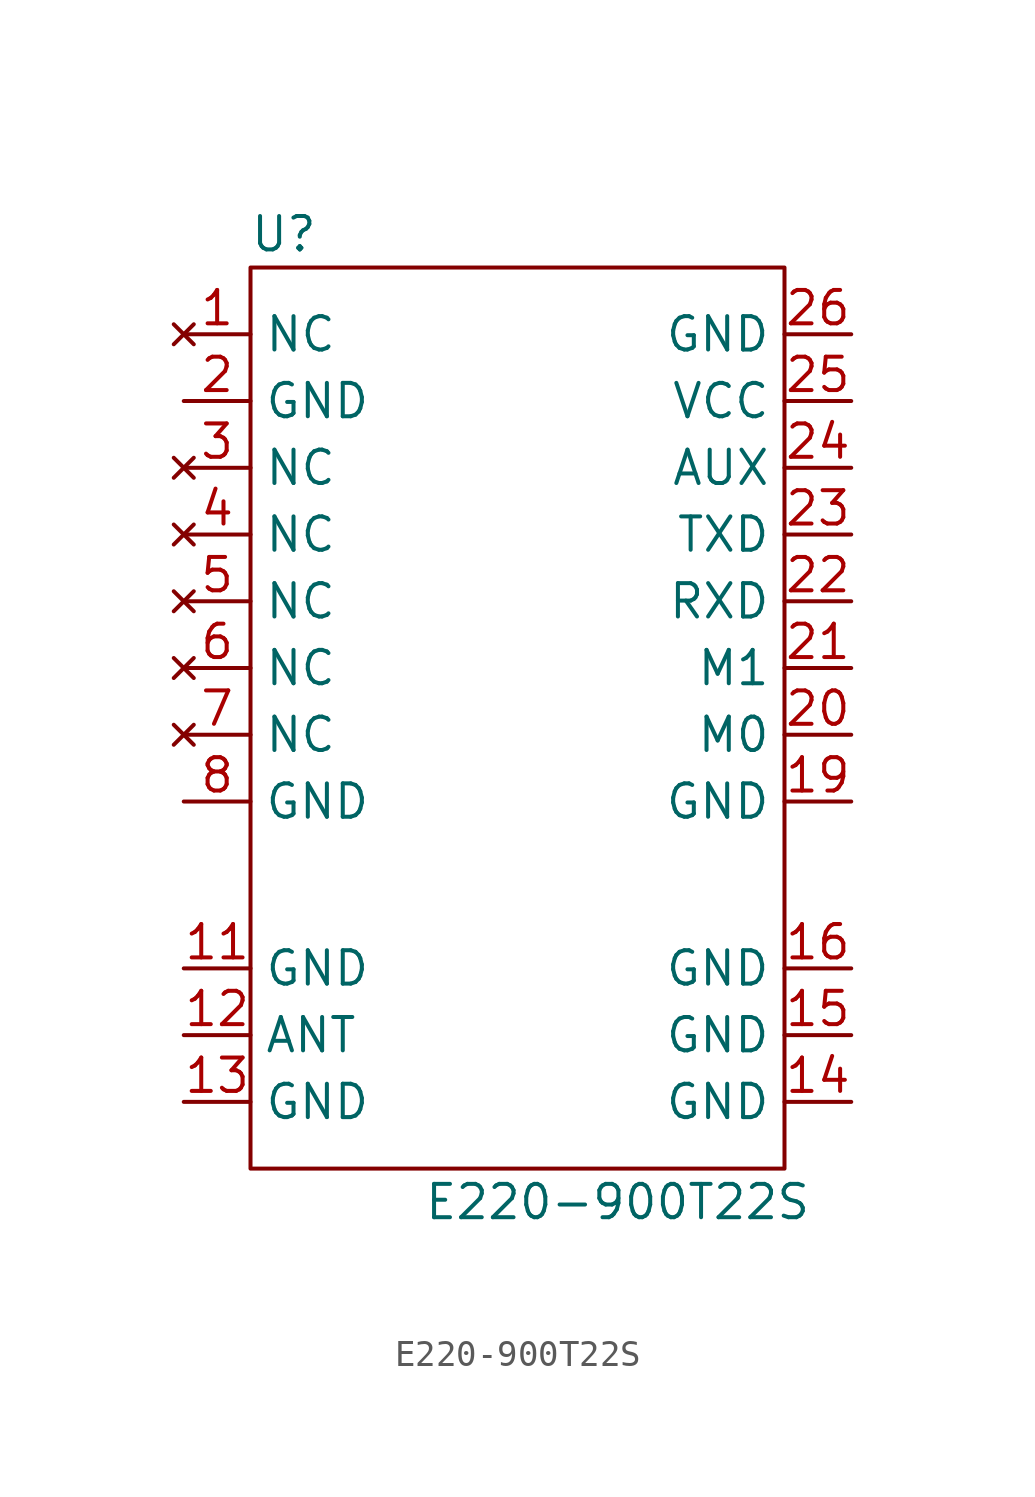
<source format=kicad_sym>
(kicad_symbol_lib
  (version 20211014)
  (generator kicad_symbol_editor)
  (symbol "E220-900T22S"
    (property "Reference" "U"
      (at 1.27 35.56 0)
      (effects (font (size 1.27 1.27))))
    (property "Value" "E220-900T22S"
      (at 13.97 -1.27 0)
      (effects (font (size 1.27 1.27))))
    (symbol "E220-900T22S_0_1"
      (rectangle (start 0 34.29) (end 20.32 0) (stroke (width 0) (type default) (color 0 0 0 0)) (fill (type none))))
    (symbol "E220-900T22S_1_1"
      (pin no_connect line (at -2.54 31.75 0) (length 2.54) (name "NC" (effects (font (size 1.27 1.27)))) (number "1" (effects (font (size 1.27 1.27)))))
      (pin power_in line (at -2.54 7.62 0) (length 2.54) (name "GND" (effects (font (size 1.27 1.27)))) (number "11" (effects (font (size 1.27 1.27)))))
      (pin bidirectional line (at -2.54 5.08 0) (length 2.54) (name "ANT" (effects (font (size 1.27 1.27)))) (number "12" (effects (font (size 1.27 1.27)))))
      (pin power_in line (at -2.54 2.54 0) (length 2.54) (name "GND" (effects (font (size 1.27 1.27)))) (number "13" (effects (font (size 1.27 1.27)))))
      (pin power_in line (at 22.86 2.54 180) (length 2.54) (name "GND" (effects (font (size 1.27 1.27)))) (number "14" (effects (font (size 1.27 1.27)))))
      (pin power_in line (at 22.86 5.08 180) (length 2.54) (name "GND" (effects (font (size 1.27 1.27)))) (number "15" (effects (font (size 1.27 1.27)))))
      (pin power_in line (at 22.86 7.62 180) (length 2.54) (name "GND" (effects (font (size 1.27 1.27)))) (number "16" (effects (font (size 1.27 1.27)))))
      (pin power_in line (at 22.86 13.97 180) (length 2.54) (name "GND" (effects (font (size 1.27 1.27)))) (number "19" (effects (font (size 1.27 1.27)))))
      (pin power_in line (at -2.54 29.21 0) (length 2.54) (name "GND" (effects (font (size 1.27 1.27)))) (number "2" (effects (font (size 1.27 1.27)))))
      (pin input line (at 22.86 16.51 180) (length 2.54) (name "M0" (effects (font (size 1.27 1.27)))) (number "20" (effects (font (size 1.27 1.27)))))
      (pin input line (at 22.86 19.05 180) (length 2.54) (name "M1" (effects (font (size 1.27 1.27)))) (number "21" (effects (font (size 1.27 1.27)))))
      (pin input line (at 22.86 21.59 180) (length 2.54) (name "RXD" (effects (font (size 1.27 1.27)))) (number "22" (effects (font (size 1.27 1.27)))))
      (pin output line (at 22.86 24.13 180) (length 2.54) (name "TXD" (effects (font (size 1.27 1.27)))) (number "23" (effects (font (size 1.27 1.27)))))
      (pin output line (at 22.86 26.67 180) (length 2.54) (name "AUX" (effects (font (size 1.27 1.27)))) (number "24" (effects (font (size 1.27 1.27)))))
      (pin power_in line (at 22.86 29.21 180) (length 2.54) (name "VCC" (effects (font (size 1.27 1.27)))) (number "25" (effects (font (size 1.27 1.27)))))
      (pin power_in line (at 22.86 31.75 180) (length 2.54) (name "GND" (effects (font (size 1.27 1.27)))) (number "26" (effects (font (size 1.27 1.27)))))
      (pin no_connect line (at -2.54 26.67 0) (length 2.54) (name "NC" (effects (font (size 1.27 1.27)))) (number "3" (effects (font (size 1.27 1.27)))))
      (pin no_connect line (at -2.54 24.13 0) (length 2.54) (name "NC" (effects (font (size 1.27 1.27)))) (number "4" (effects (font (size 1.27 1.27)))))
      (pin no_connect line (at -2.54 21.59 0) (length 2.54) (name "NC" (effects (font (size 1.27 1.27)))) (number "5" (effects (font (size 1.27 1.27)))))
      (pin no_connect line (at -2.54 19.05 0) (length 2.54) (name "NC" (effects (font (size 1.27 1.27)))) (number "6" (effects (font (size 1.27 1.27)))))
      (pin no_connect line (at -2.54 16.51 0) (length 2.54) (name "NC" (effects (font (size 1.27 1.27)))) (number "7" (effects (font (size 1.27 1.27)))))
      (pin power_in line (at -2.54 13.97 0) (length 2.54) (name "GND" (effects (font (size 1.27 1.27)))) (number "8" (effects (font (size 1.27 1.27))))))))
</source>
